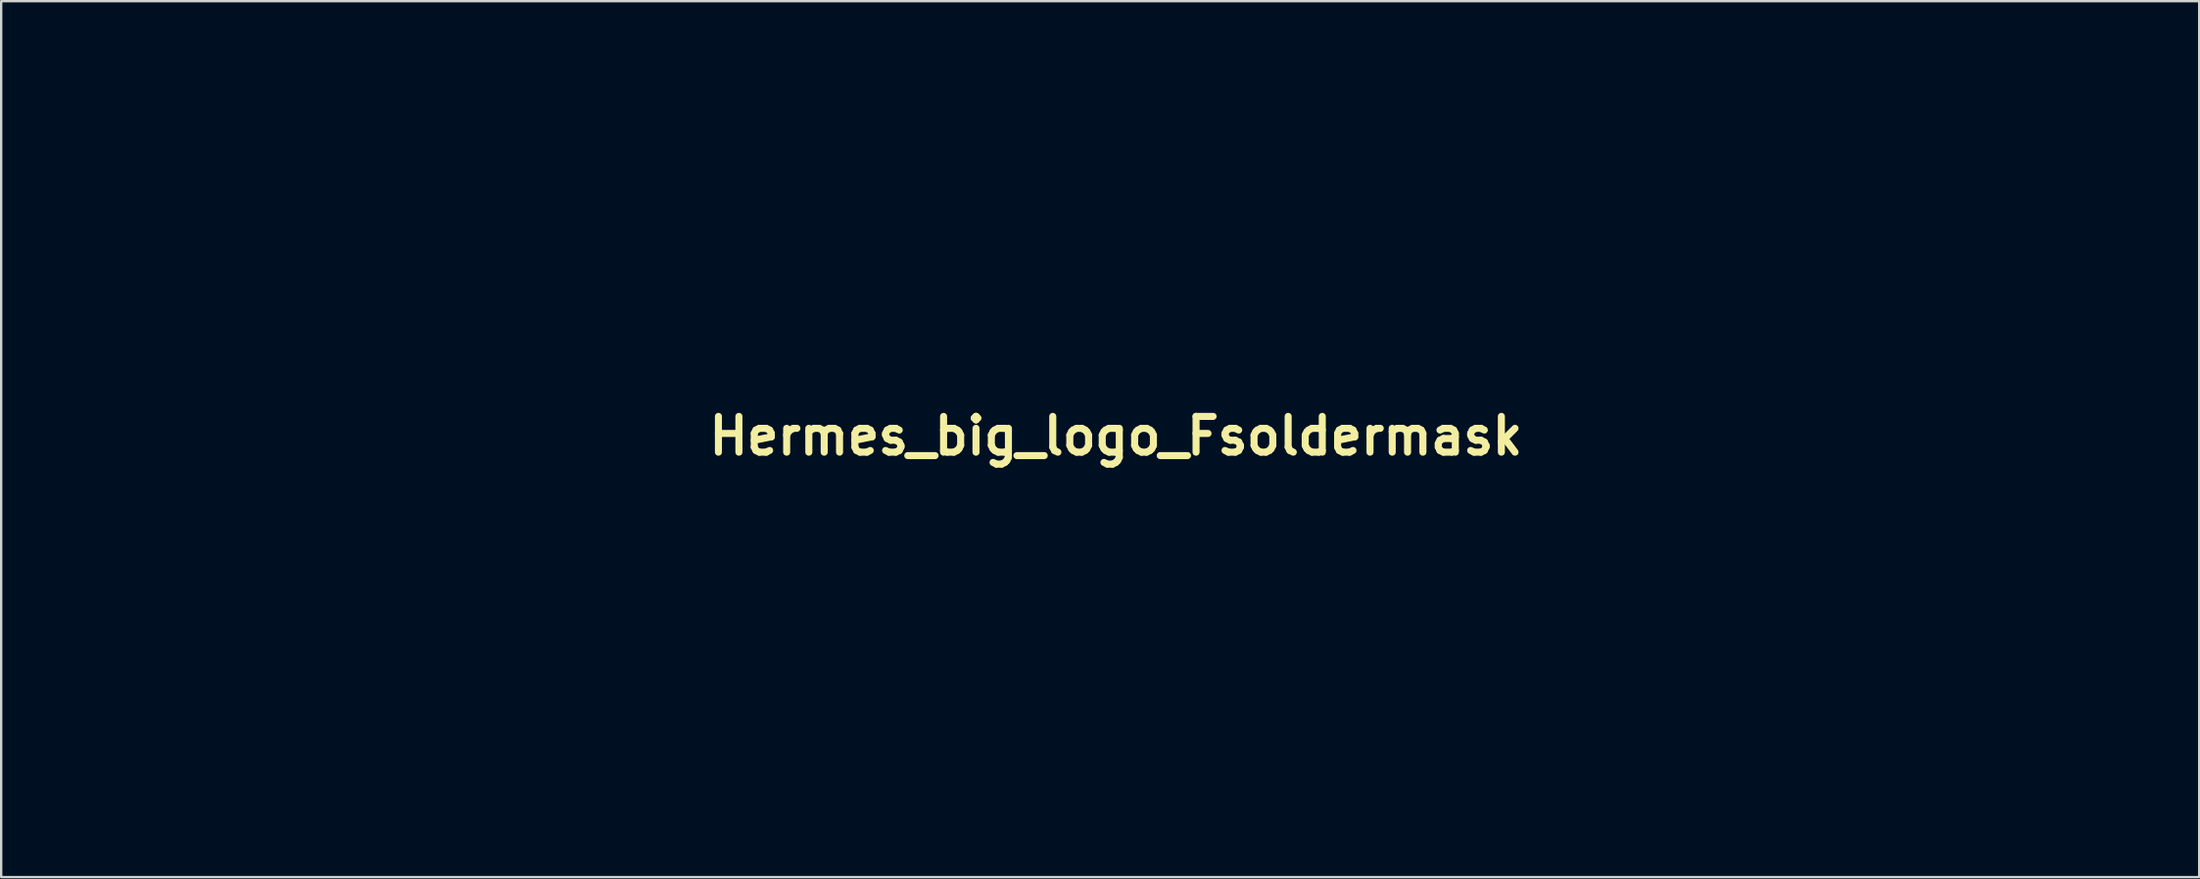
<source format=kicad_pcb>
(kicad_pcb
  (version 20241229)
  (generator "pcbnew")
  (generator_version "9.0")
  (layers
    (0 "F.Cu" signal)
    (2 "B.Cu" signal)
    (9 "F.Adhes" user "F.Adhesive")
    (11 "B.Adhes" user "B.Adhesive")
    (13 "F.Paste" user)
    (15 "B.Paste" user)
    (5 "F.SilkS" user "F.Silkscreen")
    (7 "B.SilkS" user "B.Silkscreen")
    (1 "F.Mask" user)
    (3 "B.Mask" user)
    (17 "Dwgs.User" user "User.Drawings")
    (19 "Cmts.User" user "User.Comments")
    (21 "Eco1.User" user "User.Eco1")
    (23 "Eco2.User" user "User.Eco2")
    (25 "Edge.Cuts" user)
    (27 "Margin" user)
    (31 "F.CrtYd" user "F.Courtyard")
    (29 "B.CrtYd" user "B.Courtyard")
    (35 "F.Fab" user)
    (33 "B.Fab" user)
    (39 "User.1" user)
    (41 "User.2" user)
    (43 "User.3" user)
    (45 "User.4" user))
  (footprint "Hermes_big_logo_Fsoldermask"
    (layer "F.Cu")
    (at 44.425 15.512)
    (property "Reference" "Hermes_big_logo_Fsoldermask" (at 0 0 0) (layer "F.SilkS") (effects (font (size 1.524 1.524) (thickness 0.3))))
    (attr through_hole)
    (fp_poly (pts (xy 43.084 9.091) (xy -44.42 9.091) (xy -44.249 7.887) (xy 42.913 7.887) (xy 43.084 9.091)) (stroke (width 0.01) (type solid)) (fill yes) (layer "F.Mask"))
    (fp_poly (pts (xy 4.19 12.221) (xy 4.278 12.566) (xy 4.089 13.013) (xy 3.743 13.101) (xy 3.296 12.912) (xy 3.208 12.566) (xy 3.397 12.119) (xy 3.743 12.032) (xy 4.19 12.221)) (stroke (width 0.01) (type solid)) (fill yes) (layer "F.Mask"))
    (fp_poly (pts (xy 4.19 14.894) (xy 4.278 15.24) (xy 4.089 15.687) (xy 3.743 15.775) (xy 3.296 15.586) (xy 3.208 15.24) (xy 3.397 14.793) (xy 3.743 14.705) (xy 4.19 14.894)) (stroke (width 0.01) (type solid)) (fill yes) (layer "F.Mask"))
    (fp_poly (pts (xy -35.694 -13.515) (xy -35.34 -13.11) (xy -35.27 -12.36) (xy -35.464 -11.202) (xy -35.505 -11.029) (xy -35.785 -10.051) (xy -36.055 -9.521) (xy -36.359 -9.358) (xy -36.369 -9.358) (xy -36.666 -9.499) (xy -36.905 -9.984) (xy -37.131 -10.905) (xy -37.145 -10.971) (xy -37.331 -12.208) (xy -37.297 -13.018) (xy -37.022 -13.47) (xy -36.486 -13.632) (xy -36.353 -13.636) (xy -35.694 -13.515)) (stroke (width 0.01) (type solid)) (fill yes) (layer "F.Mask"))
    (fp_poly (pts (xy 0.323 10.443) (xy 0.464 10.545) (xy 0.465 10.82) (xy 0.313 11.351) (xy -0.006 12.224) (xy -0.421 13.302) (xy -0.972 14.638) (xy -1.424 15.462) (xy -1.823 15.774) (xy -2.217 15.572) (xy -2.655 14.856) (xy -3.182 13.627) (xy -3.314 13.288) (xy -3.722 12.219) (xy -4.044 11.339) (xy -4.239 10.767) (xy -4.278 10.615) (xy -4.056 10.457) (xy -3.793 10.427) (xy -3.455 10.589) (xy -3.112 11.123) (xy -2.715 12.104) (xy -2.693 12.168) (xy -2.36 13.055) (xy -2.074 13.72) (xy -1.895 14.022) (xy -1.893 14.024) (xy -1.724 13.848) (xy -1.447 13.28) (xy -1.117 12.434) (xy -1.064 12.283) (xy -0.66 11.238) (xy -0.318 10.644) (xy 0.005 10.431) (xy 0.057 10.427) (xy 0.323 10.443)) (stroke (width 0.01) (type solid)) (fill yes) (layer "F.Mask"))
    (fp_poly (pts (xy 9.764 10.674) (xy 9.845 11.333) (xy 9.889 12.281) (xy 9.893 12.7) (xy 9.903 13.805) (xy 9.949 14.48) (xy 10.056 14.829) (xy 10.249 14.958) (xy 10.427 14.973) (xy 10.863 15.14) (xy 10.962 15.374) (xy 10.839 15.607) (xy 10.402 15.732) (xy 9.551 15.774) (xy 9.358 15.775) (xy 8.426 15.744) (xy 7.926 15.635) (xy 7.757 15.422) (xy 7.754 15.374) (xy 7.977 15.047) (xy 8.288 14.973) (xy 8.578 14.918) (xy 8.739 14.677) (xy 8.809 14.131) (xy 8.823 13.235) (xy 8.806 12.294) (xy 8.732 11.77) (xy 8.564 11.543) (xy 8.288 11.497) (xy 7.835 11.372) (xy 7.784 11.088) (xy 8.091 10.777) (xy 8.589 10.594) (xy 9.245 10.477) (xy 9.656 10.427) (xy 9.659 10.427) (xy 9.764 10.674)) (stroke (width 0.01) (type solid)) (fill yes) (layer "F.Mask"))
    (fp_poly (pts (xy 20.358 -15.436) (xy 20.567 -15.13) (xy 20.587 -14.826) (xy 20.378 -13.672) (xy 19.814 -12.844) (xy 18.994 -12.384) (xy 18.016 -12.334) (xy 16.979 -12.733) (xy 16.484 -13.101) (xy 15.736 -13.686) (xy 15.25 -13.856) (xy 14.953 -13.609) (xy 14.799 -13.101) (xy 14.593 -12.523) (xy 14.176 -12.315) (xy 13.87 -12.299) (xy 13.316 -12.375) (xy 13.119 -12.71) (xy 13.102 -13.034) (xy 13.244 -13.763) (xy 13.588 -14.561) (xy 13.633 -14.638) (xy 14.074 -15.222) (xy 14.591 -15.466) (xy 15.227 -15.507) (xy 16.099 -15.39) (xy 16.882 -14.965) (xy 17.267 -14.651) (xy 17.86 -14.152) (xy 18.203 -13.976) (xy 18.441 -14.086) (xy 18.613 -14.301) (xy 18.908 -14.845) (xy 18.983 -15.157) (xy 19.222 -15.419) (xy 19.785 -15.507) (xy 20.358 -15.436)) (stroke (width 0.01) (type solid)) (fill yes) (layer "F.Mask"))
    (fp_poly (pts (xy -5.308 10.454) (xy -4.767 10.55) (xy -4.558 10.737) (xy -4.545 10.828) (xy -4.703 11.093) (xy -5.238 11.213) (xy -5.748 11.229) (xy -6.491 11.257) (xy -6.843 11.393) (xy -6.947 11.718) (xy -6.952 11.898) (xy -6.902 12.31) (xy -6.657 12.506) (xy -6.073 12.564) (xy -5.748 12.566) (xy -4.955 12.619) (xy -4.594 12.797) (xy -4.545 12.967) (xy -4.703 13.232) (xy -5.238 13.352) (xy -5.748 13.368) (xy -6.488 13.392) (xy -6.839 13.526) (xy -6.945 13.868) (xy -6.952 14.171) (xy -6.917 14.664) (xy -6.715 14.897) (xy -6.202 14.968) (xy -5.748 14.973) (xy -4.955 15.025) (xy -4.594 15.204) (xy -4.545 15.374) (xy -4.661 15.599) (xy -5.076 15.724) (xy -5.889 15.772) (xy -6.283 15.775) (xy -8.021 15.775) (xy -8.021 10.427) (xy -6.283 10.427) (xy -5.308 10.454)) (stroke (width 0.01) (type solid)) (fill yes) (layer "F.Mask"))
    (fp_poly (pts (xy 18.509 -10.614) (xy 19.869 -10.19) (xy 20.966 -9.309) (xy 21.523 -8.528) (xy 21.684 -8.221) (xy 21.81 -7.866) (xy 21.907 -7.394) (xy 21.98 -6.74) (xy 22.034 -5.835) (xy 22.075 -4.614) (xy 22.106 -3.01) (xy 22.133 -0.955) (xy 22.14 -0.334) (xy 22.223 6.952) (xy 19.785 6.952) (xy 19.785 -6.911) (xy 19.093 -7.733) (xy 18.478 -8.312) (xy 17.789 -8.535) (xy 17.342 -8.556) (xy 16.42 -8.449) (xy 15.575 -8.187) (xy 15.499 -8.15) (xy 14.949 -7.808) (xy 14.54 -7.379) (xy 14.252 -6.783) (xy 14.064 -5.941) (xy 13.957 -4.776) (xy 13.91 -3.209) (xy 13.903 -1.885) (xy 13.903 2.406) (xy 11.497 2.406) (xy 11.497 -10.427) (xy 12.7 -10.427) (xy 13.442 -10.401) (xy 13.793 -10.265) (xy 13.898 -9.938) (xy 13.903 -9.735) (xy 13.903 -9.043) (xy 14.713 -9.725) (xy 15.948 -10.419) (xy 17.463 -10.676) (xy 18.509 -10.614)) (stroke (width 0.01) (type solid)) (fill yes) (layer "F.Mask"))
    (fp_poly (pts (xy -10.888 10.509) (xy -10.105 10.71) (xy -10.026 10.743) (xy -9.615 10.987) (xy -9.421 11.337) (xy -9.381 11.965) (xy -9.398 12.414) (xy -9.303 13.773) (xy -9.01 14.625) (xy -8.668 15.31) (xy -8.596 15.65) (xy -8.797 15.765) (xy -9.041 15.775) (xy -9.49 15.543) (xy -9.995 14.927) (xy -10.128 14.705) (xy -10.67 13.955) (xy -11.183 13.641) (xy -11.247 13.636) (xy -11.587 13.732) (xy -11.736 14.111) (xy -11.764 14.705) (xy -11.809 15.405) (xy -11.99 15.714) (xy -12.299 15.775) (xy -12.542 15.738) (xy -12.698 15.563) (xy -12.786 15.154) (xy -12.824 14.413) (xy -12.834 13.244) (xy -12.834 13.101) (xy -12.834 12.032) (xy -11.764 12.032) (xy -11.675 12.625) (xy -11.357 12.829) (xy -11.262 12.834) (xy -10.682 12.64) (xy -10.403 12.404) (xy -10.2 12.024) (xy -10.424 11.703) (xy -10.555 11.602) (xy -11.216 11.256) (xy -11.617 11.377) (xy -11.763 11.966) (xy -11.764 12.032) (xy -12.834 12.032) (xy -12.834 10.427) (xy -11.777 10.427) (xy -10.888 10.509)) (stroke (width 0.01) (type solid)) (fill yes) (layer "F.Mask"))
    (fp_poly (pts (xy -10.7 -8.693) (xy -9.464 -8.263) (xy -8.422 -7.478) (xy -8.107 -7.142) (xy -7.258 -5.803) (xy -6.824 -4.28) (xy -6.785 -2.681) (xy -7.121 -1.117) (xy -7.813 0.302) (xy -8.841 1.466) (xy -9.727 2.058) (xy -10.625 2.348) (xy -11.779 2.491) (xy -12.995 2.487) (xy -14.077 2.335) (xy -14.792 2.061) (xy -15.322 1.74) (xy -15.63 1.604) (xy -15.632 1.604) (xy -15.69 1.853) (xy -15.737 2.526) (xy -15.767 3.513) (xy -15.775 4.412) (xy -15.775 7.219) (xy -17.957 7.219) (xy -17.868 1.003) (xy -17.834 -1.121) (xy -17.787 -2.785) (xy -17.733 -3.709) (xy -15.444 -3.709) (xy -15.387 -2.278) (xy -15.116 -0.95) (xy -14.858 -0.304) (xy -14.136 0.612) (xy -13.188 1.153) (xy -12.144 1.283) (xy -11.137 0.968) (xy -10.859 0.778) (xy -9.964 -0.244) (xy -9.399 -1.553) (xy -9.171 -3.012) (xy -9.29 -4.479) (xy -9.763 -5.816) (xy -10.428 -6.726) (xy -11.37 -7.344) (xy -12.408 -7.505) (xy -13.436 -7.247) (xy -14.345 -6.61) (xy -15.031 -5.631) (xy -15.264 -4.994) (xy -15.444 -3.709) (xy -17.733 -3.709) (xy -17.713 -4.062) (xy -17.597 -5.029) (xy -17.424 -5.759) (xy -17.178 -6.326) (xy -16.844 -6.806) (xy -16.408 -7.272) (xy -16.133 -7.536) (xy -15.207 -8.241) (xy -14.163 -8.648) (xy -12.835 -8.813) (xy -12.273 -8.823) (xy -10.7 -8.693)) (stroke (width 0.01) (type solid)) (fill yes) (layer "F.Mask"))
    (fp_poly (pts (xy -1.337 -4.825) (xy -1.316 -3.16) (xy -1.256 -1.775) (xy -1.163 -0.754) (xy -1.042 -0.181) (xy -1.035 -0.164) (xy -0.438 0.577) (xy 0.456 0.916) (xy 1.594 0.855) (xy 2.921 0.392) (xy 3.969 -0.194) (xy 5.126 -0.936) (xy 5.034 -3.955) (xy 4.974 -5.387) (xy 4.873 -6.369) (xy 4.69 -6.985) (xy 4.388 -7.319) (xy 3.926 -7.457) (xy 3.409 -7.482) (xy 2.846 -7.594) (xy 2.674 -7.969) (xy 2.674 -7.992) (xy 2.767 -8.38) (xy 3.103 -8.629) (xy 3.769 -8.767) (xy 4.85 -8.82) (xy 5.363 -8.823) (xy 7.207 -8.823) (xy 7.28 -3.944) (xy 7.353 0.936) (xy 8.222 1.02) (xy 8.833 1.15) (xy 9.067 1.465) (xy 9.091 1.755) (xy 9.063 2.086) (xy 8.907 2.281) (xy 8.509 2.374) (xy 7.757 2.404) (xy 7.085 2.406) (xy 5.08 2.406) (xy 5.08 1.604) (xy 5.04 1.041) (xy 4.942 0.802) (xy 4.941 0.802) (xy 4.653 0.937) (xy 4.089 1.276) (xy 3.804 1.46) (xy 2.716 2.018) (xy 1.499 2.394) (xy 0.338 2.548) (xy -0.58 2.439) (xy -0.62 2.425) (xy -1.337 2.152) (xy -1.337 7.219) (xy -3.476 7.219) (xy -3.476 0.383) (xy -3.487 -1.835) (xy -3.519 -3.717) (xy -3.57 -5.217) (xy -3.639 -6.289) (xy -3.723 -6.887) (xy -3.753 -6.969) (xy -4.223 -7.377) (xy -4.956 -7.486) (xy -5.602 -7.551) (xy -5.858 -7.794) (xy -5.882 -7.992) (xy -5.789 -8.379) (xy -5.454 -8.628) (xy -4.789 -8.766) (xy -3.71 -8.82) (xy -3.187 -8.823) (xy -1.337 -8.823) (xy -1.337 -4.825)) (stroke (width 0.01) (type solid)) (fill yes) (layer "F.Mask"))
    (fp_poly (pts (xy 31.297 -8.794) (xy 32.467 -8.563) (xy 32.535 -8.539) (xy 33.497 -8.01) (xy 34.225 -7.299) (xy 34.66 -6.511) (xy 34.745 -5.755) (xy 34.423 -5.138) (xy 34.37 -5.091) (xy 33.764 -4.887) (xy 33.093 -5.168) (xy 32.427 -5.901) (xy 32.324 -6.06) (xy 31.499 -7.008) (xy 30.517 -7.506) (xy 29.463 -7.521) (xy 29.064 -7.393) (xy 28.133 -6.781) (xy 27.452 -5.795) (xy 26.974 -4.367) (xy 26.966 -4.334) (xy 26.822 -3.214) (xy 27.005 -2.319) (xy 27.571 -1.563) (xy 28.573 -0.866) (xy 29.548 -0.374) (xy 30.49 0.05) (xy 31.248 0.368) (xy 31.69 0.526) (xy 31.738 0.535) (xy 32.06 0.692) (xy 32.625 1.091) (xy 32.959 1.356) (xy 33.578 1.929) (xy 33.87 2.456) (xy 33.954 3.186) (xy 33.956 3.436) (xy 33.735 4.812) (xy 33.063 5.921) (xy 31.925 6.781) (xy 31.158 7.132) (xy 30.174 7.359) (xy 28.925 7.443) (xy 27.644 7.386) (xy 26.562 7.19) (xy 26.252 7.08) (xy 25.657 6.754) (xy 25.441 6.352) (xy 25.449 5.821) (xy 25.703 5.12) (xy 26.24 4.835) (xy 26.989 4.981) (xy 27.565 5.324) (xy 28.596 5.797) (xy 29.689 5.828) (xy 30.695 5.446) (xy 31.467 4.683) (xy 31.566 4.514) (xy 31.695 3.95) (xy 31.442 3.382) (xy 30.771 2.774) (xy 29.647 2.091) (xy 28.487 1.51) (xy 27.345 0.931) (xy 26.323 0.343) (xy 25.561 -0.168) (xy 25.278 -0.414) (xy 24.629 -1.482) (xy 24.37 -2.767) (xy 24.469 -4.155) (xy 24.896 -5.534) (xy 25.621 -6.787) (xy 26.614 -7.802) (xy 27.37 -8.271) (xy 28.51 -8.635) (xy 29.899 -8.814) (xy 31.297 -8.794)) (stroke (width 0.01) (type solid)) (fill yes) (layer "F.Mask"))
    (fp_poly (pts (xy -30.616 -13.332) (xy -28.76 -13.314) (xy -28.031 -13.306) (xy -21.572 -13.235) (xy -20.942 -11.366) (xy -20.651 -10.41) (xy -20.47 -9.631) (xy -20.435 -9.182) (xy -20.441 -9.16) (xy -20.771 -8.835) (xy -21.244 -8.906) (xy -21.708 -9.322) (xy -21.884 -9.631) (xy -22.332 -10.316) (xy -22.999 -11.007) (xy -23.177 -11.152) (xy -23.629 -11.466) (xy -24.089 -11.678) (xy -24.681 -11.815) (xy -25.528 -11.903) (xy -26.752 -11.966) (xy -27.163 -11.982) (xy -30.213 -12.099) (xy -30.213 -6.417) (xy -29.477 -6.418) (xy -28.443 -6.526) (xy -27.472 -6.805) (xy -26.741 -7.192) (xy -26.473 -7.48) (xy -26.258 -8.151) (xy -26.202 -8.672) (xy -26.098 -9.19) (xy -25.684 -9.354) (xy -25.534 -9.358) (xy -24.865 -9.358) (xy -24.865 -2.406) (xy -25.534 -2.406) (xy -26.025 -2.502) (xy -26.193 -2.898) (xy -26.202 -3.149) (xy -26.356 -3.944) (xy -26.618 -4.486) (xy -26.946 -4.83) (xy -27.418 -5.011) (xy -28.195 -5.076) (xy -28.624 -5.08) (xy -30.213 -5.08) (xy -30.213 0.802) (xy -27.739 0.801) (xy -26.512 0.77) (xy -25.373 0.691) (xy -24.509 0.578) (xy -24.294 0.529) (xy -23.504 0.133) (xy -22.611 -0.568) (xy -21.779 -1.418) (xy -21.172 -2.259) (xy -20.997 -2.646) (xy -20.73 -3.069) (xy -20.238 -3.055) (xy -20.232 -3.053) (xy -19.732 -2.876) (xy -19.55 -2.784) (xy -19.59 -2.51) (xy -19.78 -1.845) (xy -20.085 -0.898) (xy -20.344 -0.143) (xy -21.241 2.406) (xy -34.491 2.406) (xy -34.491 1.738) (xy -34.376 1.225) (xy -33.944 1.071) (xy -33.876 1.069) (xy -33.488 1.046) (xy -33.19 0.937) (xy -32.969 0.678) (xy -32.813 0.209) (xy -32.712 -0.531) (xy -32.654 -1.604) (xy -32.627 -3.072) (xy -32.619 -4.996) (xy -32.619 -5.615) (xy -32.623 -7.675) (xy -32.644 -9.263) (xy -32.693 -10.439) (xy -32.781 -11.265) (xy -32.92 -11.802) (xy -33.122 -12.112) (xy -33.398 -12.257) (xy -33.759 -12.298) (xy -33.876 -12.299) (xy -34.371 -12.447) (xy -34.491 -12.838) (xy -34.474 -13.007) (xy -34.383 -13.135) (xy -34.155 -13.228) (xy -33.727 -13.289) (xy -33.037 -13.324) (xy -32.02 -13.337) (xy -30.616 -13.332)) (stroke (width 0.01) (type solid)) (fill yes) (layer "F.Mask")))
  (gr_rect
    (start -3 -3)
    (end 90.514 34.292)
    (stroke (width 0.1) (type default))
    (fill no)
    (layer "Edge.Cuts")))
</source>
